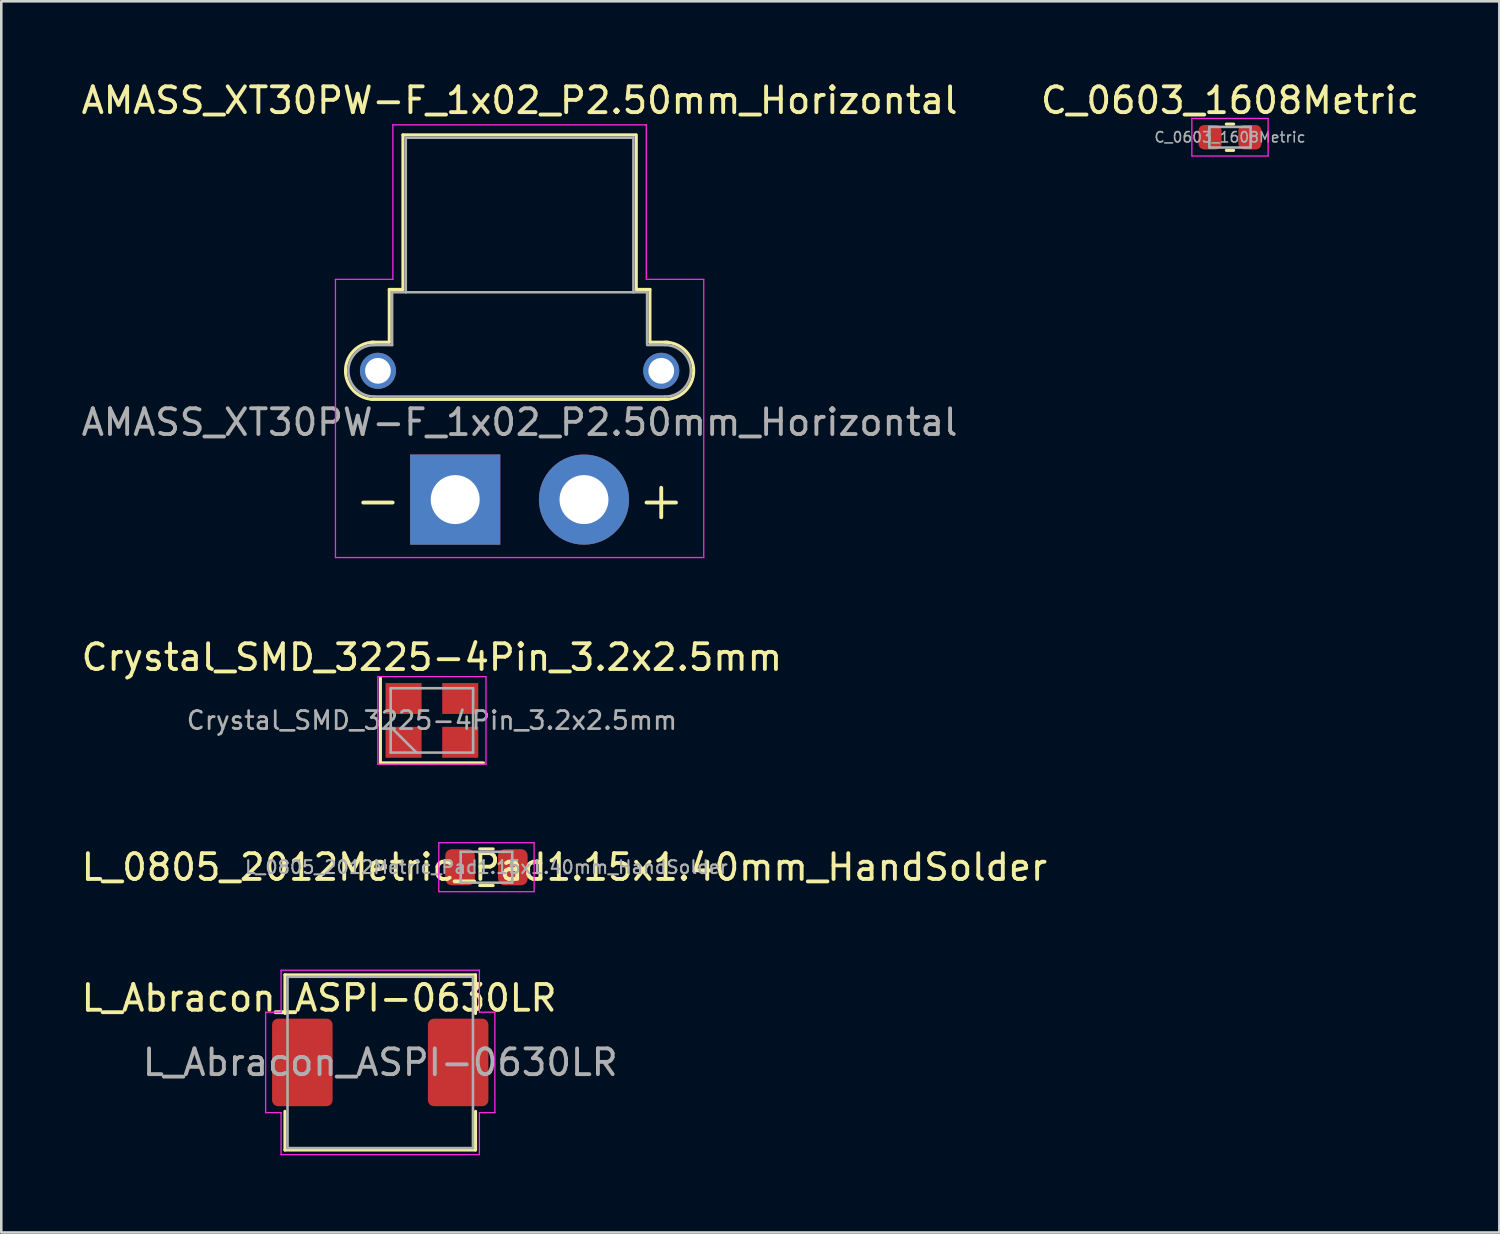
<source format=kicad_pcb>
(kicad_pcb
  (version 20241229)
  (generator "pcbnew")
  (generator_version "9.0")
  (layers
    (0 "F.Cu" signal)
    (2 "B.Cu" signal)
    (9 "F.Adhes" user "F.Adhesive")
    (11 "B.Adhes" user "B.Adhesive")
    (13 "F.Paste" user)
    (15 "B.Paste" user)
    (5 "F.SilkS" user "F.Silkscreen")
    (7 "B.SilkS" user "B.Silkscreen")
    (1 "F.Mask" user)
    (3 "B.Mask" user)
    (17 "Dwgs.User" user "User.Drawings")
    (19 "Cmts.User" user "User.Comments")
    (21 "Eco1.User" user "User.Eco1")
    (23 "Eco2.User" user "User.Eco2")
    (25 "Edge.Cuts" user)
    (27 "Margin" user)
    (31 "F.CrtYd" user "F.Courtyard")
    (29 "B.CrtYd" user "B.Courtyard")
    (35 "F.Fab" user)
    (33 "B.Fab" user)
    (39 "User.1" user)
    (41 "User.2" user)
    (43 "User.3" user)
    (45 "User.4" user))
  (footprint "L_Abracon_ASPI-0630LR"
    (layer "F.Cu")
    (at 11.714 38.202)
    (property "Reference" "L_Abracon_ASPI-0630LR" (at -2.375 -2.5 0) (layer "F.SilkS") (effects (font (size 1 1) (thickness 0.15))))
    (attr smd)
    (fp_line (start -3.7 -3.4) (end -3.7 -1.9) (stroke (width 0.12) (type solid)) (layer "F.SilkS"))
    (fp_line (start -3.7 3.4) (end -3.7 1.9) (stroke (width 0.12) (type solid)) (layer "F.SilkS"))
    (fp_line (start -3.7 3.4) (end 3.7 3.4) (stroke (width 0.12) (type solid)) (layer "F.SilkS"))
    (fp_line (start 3.7 -3.4) (end -3.7 -3.4) (stroke (width 0.12) (type solid)) (layer "F.SilkS"))
    (fp_line (start 3.7 -3.4) (end 3.7 -1.9) (stroke (width 0.12) (type solid)) (layer "F.SilkS"))
    (fp_line (start 3.7 3.4) (end 3.7 1.9) (stroke (width 0.12) (type solid)) (layer "F.SilkS"))
    (fp_line (start -4.45 -1.95) (end -4.45 1.95) (stroke (width 0.05) (type solid)) (layer "F.CrtYd"))
    (fp_line (start -4.45 1.95) (end -3.85 1.95) (stroke (width 0.05) (type solid)) (layer "F.CrtYd"))
    (fp_line (start -3.85 -3.58) (end -3.85 -1.95) (stroke (width 0.05) (type solid)) (layer "F.CrtYd"))
    (fp_line (start -3.85 -1.95) (end -4.45 -1.95) (stroke (width 0.05) (type solid)) (layer "F.CrtYd"))
    (fp_line (start -3.85 1.95) (end -3.85 3.58) (stroke (width 0.05) (type solid)) (layer "F.CrtYd"))
    (fp_line (start -3.85 3.58) (end 3.85 3.58) (stroke (width 0.05) (type solid)) (layer "F.CrtYd"))
    (fp_line (start 3.85 -3.58) (end -3.85 -3.58) (stroke (width 0.05) (type solid)) (layer "F.CrtYd"))
    (fp_line (start 3.85 -1.95) (end 3.85 -3.58) (stroke (width 0.05) (type solid)) (layer "F.CrtYd"))
    (fp_line (start 3.85 1.95) (end 4.45 1.95) (stroke (width 0.05) (type solid)) (layer "F.CrtYd"))
    (fp_line (start 3.85 3.58) (end 3.85 1.95) (stroke (width 0.05) (type solid)) (layer "F.CrtYd"))
    (fp_line (start 4.45 -1.95) (end 3.85 -1.95) (stroke (width 0.05) (type solid)) (layer "F.CrtYd"))
    (fp_line (start 4.45 1.95) (end 4.45 -1.95) (stroke (width 0.05) (type solid)) (layer "F.CrtYd"))
    (fp_line (start -3.6 -3.325) (end 3.6 -3.325) (stroke (width 0.1) (type solid)) (layer "F.Fab"))
    (fp_line (start -3.6 3.325) (end -3.6 -3.325) (stroke (width 0.1) (type solid)) (layer "F.Fab"))
    (fp_line (start 3.6 -3.325) (end 3.6 3.325) (stroke (width 0.1) (type solid)) (layer "F.Fab"))
    (fp_line (start 3.6 3.325) (end -3.6 3.325) (stroke (width 0.1) (type solid)) (layer "F.Fab"))
    (fp_text user "${REFERENCE}" (at 0 0 0) (layer "F.Fab") (effects (font (size 1 1) (thickness 0.15))))
    (pad "1" smd roundrect (at -3.025 0 180) (size 2.35 3.4) (layers "F.Cu" "F.Mask" "F.Paste") (roundrect_rratio 0.1))
    (pad "2" smd roundrect (at 3.025 0 180) (size 2.35 3.4) (layers "F.Cu" "F.Mask" "F.Paste") (roundrect_rratio 0.1)))
  (footprint "C_0603_1608Metric"
    (layer "F.Cu")
    (at 44.708 2.278)
    (property "Reference" "C_0603_1608Metric" (at 0 -1.43 0) (layer "F.SilkS") (effects (font (size 1 1) (thickness 0.15))))
    (attr smd)
    (fp_line (start -0.141 -0.51) (end 0.141 -0.51) (stroke (width 0.12) (type solid)) (layer "F.SilkS"))
    (fp_line (start -0.141 0.51) (end 0.141 0.51) (stroke (width 0.12) (type solid)) (layer "F.SilkS"))
    (fp_line (start -1.48 -0.73) (end 1.48 -0.73) (stroke (width 0.05) (type solid)) (layer "F.CrtYd"))
    (fp_line (start -1.48 0.73) (end -1.48 -0.73) (stroke (width 0.05) (type solid)) (layer "F.CrtYd"))
    (fp_line (start 1.48 -0.73) (end 1.48 0.73) (stroke (width 0.05) (type solid)) (layer "F.CrtYd"))
    (fp_line (start 1.48 0.73) (end -1.48 0.73) (stroke (width 0.05) (type solid)) (layer "F.CrtYd"))
    (fp_line (start -0.8 -0.4) (end 0.8 -0.4) (stroke (width 0.1) (type solid)) (layer "F.Fab"))
    (fp_line (start -0.8 0.4) (end -0.8 -0.4) (stroke (width 0.1) (type solid)) (layer "F.Fab"))
    (fp_line (start 0.8 -0.4) (end 0.8 0.4) (stroke (width 0.1) (type solid)) (layer "F.Fab"))
    (fp_line (start 0.8 0.4) (end -0.8 0.4) (stroke (width 0.1) (type solid)) (layer "F.Fab"))
    (fp_text user "${REFERENCE}" (at 0 0 0) (layer "F.Fab") (effects (font (size 0.4 0.4) (thickness 0.06))))
    (pad "1" smd roundrect (at -0.775 0 180) (size 0.9 0.95) (layers "F.Cu" "F.Mask" "F.Paste") (roundrect_rratio 0.25))
    (pad "2" smd roundrect (at 0.775 0 180) (size 0.9 0.95) (layers "F.Cu" "F.Mask" "F.Paste") (roundrect_rratio 0.25)))
  (footprint "AMASS_XT30PW-F_1x02_P2.50mm_Horizontal"
    (layer "F.Cu")
    (at 14.625 16.348)
    (property "Reference" "AMASS_XT30PW-F_1x02_P2.50mm_Horizontal" (at 2.5 -15.5 0) (layer "F.SilkS") (effects (font (size 1 1) (thickness 0.15))))
    (attr through_hole)
    (fp_line (start -3.26 -6.11) (end -2.56 -6.11) (stroke (width 0.12) (type solid)) (layer "F.SilkS"))
    (fp_line (start -3.26 -3.89) (end 8.26 -3.89) (stroke (width 0.12) (type solid)) (layer "F.SilkS"))
    (fp_line (start -2.56 -8.16) (end -2.56 -6.11) (stroke (width 0.12) (type solid)) (layer "F.SilkS"))
    (fp_line (start -2.56 -8.16) (end -2.03 -8.16) (stroke (width 0.12) (type solid)) (layer "F.SilkS"))
    (fp_line (start -2.03 -14.16) (end -2.03 -8.16) (stroke (width 0.12) (type solid)) (layer "F.SilkS"))
    (fp_line (start -2.03 -14.16) (end 7 -14.16) (stroke (width 0.12) (type solid)) (layer "F.SilkS"))
    (fp_line (start 7.03 -14.16) (end 7.03 -8.16) (stroke (width 0.12) (type solid)) (layer "F.SilkS"))
    (fp_line (start 7.03 -8.16) (end 7.56 -8.16) (stroke (width 0.12) (type solid)) (layer "F.SilkS"))
    (fp_line (start 7.56 -8.16) (end 7.56 -6.11) (stroke (width 0.12) (type solid)) (layer "F.SilkS"))
    (fp_line (start 7.56 -6.11) (end 8.26 -6.11) (stroke (width 0.12) (type solid)) (layer "F.SilkS"))
    (fp_arc (start -3.321729 -3.903365) (mid -4.256653 -5.086124) (end -3.15 -6.11) (stroke (width 0.12) (type solid)) (layer "F.SilkS"))
    (fp_arc (start 8.15 -6.11) (mid 9.26 -5) (end 8.15 -3.89) (stroke (width 0.12) (type solid)) (layer "F.SilkS"))
    (fp_line (start -4.65 -8.55) (end -4.65 2.25) (stroke (width 0.05) (type solid)) (layer "F.CrtYd"))
    (fp_line (start -4.65 -8.55) (end -2.42 -8.55) (stroke (width 0.05) (type solid)) (layer "F.CrtYd"))
    (fp_line (start -4.65 2.25) (end 9.65 2.25) (stroke (width 0.05) (type solid)) (layer "F.CrtYd"))
    (fp_line (start -2.42 -14.55) (end -2.42 -8.55) (stroke (width 0.05) (type solid)) (layer "F.CrtYd"))
    (fp_line (start -2.42 -14.55) (end 7.42 -14.55) (stroke (width 0.05) (type solid)) (layer "F.CrtYd"))
    (fp_line (start 7.42 -14.55) (end 7.42 -8.55) (stroke (width 0.05) (type solid)) (layer "F.CrtYd"))
    (fp_line (start 7.42 -8.55) (end 9.65 -8.55) (stroke (width 0.05) (type solid)) (layer "F.CrtYd"))
    (fp_line (start 9.65 -8.55) (end 9.65 2.25) (stroke (width 0.05) (type solid)) (layer "F.CrtYd"))
    (fp_line (start -3.15 -6) (end -2.45 -6) (stroke (width 0.1) (type solid)) (layer "F.Fab"))
    (fp_line (start -3.15 -4) (end 8.15 -4) (stroke (width 0.1) (type solid)) (layer "F.Fab"))
    (fp_line (start -2.45 -8.05) (end -2.45 -6) (stroke (width 0.1) (type solid)) (layer "F.Fab"))
    (fp_line (start -2.45 -8.05) (end 7.45 -8.05) (stroke (width 0.1) (type solid)) (layer "F.Fab"))
    (fp_line (start -1.92 -14.05) (end -1.92 -8.05) (stroke (width 0.1) (type solid)) (layer "F.Fab"))
    (fp_line (start -1.92 -14.05) (end 6.92 -14.05) (stroke (width 0.1) (type solid)) (layer "F.Fab"))
    (fp_line (start 6.92 -14.05) (end 6.92 -8.05) (stroke (width 0.1) (type solid)) (layer "F.Fab"))
    (fp_line (start 7.45 -8.05) (end 7.45 -6.05) (stroke (width 0.1) (type solid)) (layer "F.Fab"))
    (fp_line (start 7.45 -6) (end 8.15 -6) (stroke (width 0.1) (type solid)) (layer "F.Fab"))
    (fp_arc (start -3.15 -4) (mid -4.15 -5) (end -3.15 -6) (stroke (width 0.1) (type solid)) (layer "F.Fab"))
    (fp_arc (start 8.15 -6) (mid 9.15 -5) (end 8.15 -4) (stroke (width 0.1) (type solid)) (layer "F.Fab"))
    (fp_text user "+" (at 8 0 0) (layer "F.SilkS") (effects (font (size 1.5 1.5) (thickness 0.15))))
    (fp_text user "-" (at -3 0 0) (layer "F.SilkS") (effects (font (size 1.5 1.5) (thickness 0.15))))
    (fp_text user "${REFERENCE}" (at 2.5 -3 0) (layer "F.Fab") (effects (font (size 1 1) (thickness 0.15))))
    (pad "" thru_hole circle (at -3 -5 90) (size 1.4 1.4) (drill 1) (layers "*.Cu" "*.Mask"))
    (pad "" thru_hole circle (at 8 -5) (size 1.4 1.4) (drill 1) (layers "*.Cu" "*.Mask"))
    (pad "1" thru_hole rect (at 0 0) (size 3.5 3.5) (drill 1.9) (layers "*.Cu" "*.Mask"))
    (pad "2" thru_hole circle (at 5 0) (size 3.5 3.5) (drill 1.9) (layers "*.Cu" "*.Mask")))
  (footprint "Crystal_SMD_3225-4Pin_3.2x2.5mm"
    (layer "F.Cu")
    (at 13.72 24.922)
    (property "Reference" "Crystal_SMD_3225-4Pin_3.2x2.5mm" (at 0 -2.45 0) (layer "F.SilkS") (effects (font (size 1 1) (thickness 0.15))))
    (attr smd)
    (fp_line (start -2 -1.65) (end -2 1.65) (stroke (width 0.12) (type solid)) (layer "F.SilkS"))
    (fp_line (start -2 1.65) (end 2 1.65) (stroke (width 0.12) (type solid)) (layer "F.SilkS"))
    (fp_line (start -2.1 -1.7) (end -2.1 1.7) (stroke (width 0.05) (type solid)) (layer "F.CrtYd"))
    (fp_line (start -2.1 1.7) (end 2.1 1.7) (stroke (width 0.05) (type solid)) (layer "F.CrtYd"))
    (fp_line (start 2.1 -1.7) (end -2.1 -1.7) (stroke (width 0.05) (type solid)) (layer "F.CrtYd"))
    (fp_line (start 2.1 1.7) (end 2.1 -1.7) (stroke (width 0.05) (type solid)) (layer "F.CrtYd"))
    (fp_line (start -1.6 -1.25) (end -1.6 1.25) (stroke (width 0.1) (type solid)) (layer "F.Fab"))
    (fp_line (start -1.6 0.25) (end -0.6 1.25) (stroke (width 0.1) (type solid)) (layer "F.Fab"))
    (fp_line (start -1.6 1.25) (end 1.6 1.25) (stroke (width 0.1) (type solid)) (layer "F.Fab"))
    (fp_line (start 1.6 -1.25) (end -1.6 -1.25) (stroke (width 0.1) (type solid)) (layer "F.Fab"))
    (fp_line (start 1.6 1.25) (end 1.6 -1.25) (stroke (width 0.1) (type solid)) (layer "F.Fab"))
    (fp_text user "${REFERENCE}" (at 0 0 0) (layer "F.Fab") (effects (font (size 0.7 0.7) (thickness 0.105))))
    (pad "1" smd rect (at -1.1 0.85 180) (size 1.4 1.2) (layers "F.Cu" "F.Mask" "F.Paste"))
    (pad "2" smd rect (at 1.1 0.85 180) (size 1.4 1.2) (layers "F.Cu" "F.Mask" "F.Paste"))
    (pad "3" smd rect (at 1.1 -0.85 180) (size 1.4 1.2) (layers "F.Cu" "F.Mask" "F.Paste"))
    (pad "4" smd rect (at -1.1 -0.85 180) (size 1.4 1.2) (layers "F.Cu" "F.Mask" "F.Paste")))
  (footprint "L_0805_2012Metric_Pad1.15x1.40mm_HandSolder"
    (layer "F.Cu")
    (at 15.838 30.622)
    (property "Reference" "L_0805_2012Metric_Pad1.15x1.40mm_HandSolder" (at 3.025 0 180) (layer "F.SilkS") (effects (font (size 1 1) (thickness 0.15))))
    (attr smd)
    (fp_line (start -0.261 -0.71) (end 0.261 -0.71) (stroke (width 0.12) (type solid)) (layer "F.SilkS"))
    (fp_line (start -0.261 0.71) (end 0.261 0.71) (stroke (width 0.12) (type solid)) (layer "F.SilkS"))
    (fp_line (start -1.85 -0.95) (end 1.85 -0.95) (stroke (width 0.05) (type solid)) (layer "F.CrtYd"))
    (fp_line (start -1.85 0.95) (end -1.85 -0.95) (stroke (width 0.05) (type solid)) (layer "F.CrtYd"))
    (fp_line (start 1.85 -0.95) (end 1.85 0.95) (stroke (width 0.05) (type solid)) (layer "F.CrtYd"))
    (fp_line (start 1.85 0.95) (end -1.85 0.95) (stroke (width 0.05) (type solid)) (layer "F.CrtYd"))
    (fp_line (start -1 -0.6) (end 1 -0.6) (stroke (width 0.1) (type solid)) (layer "F.Fab"))
    (fp_line (start -1 0.6) (end -1 -0.6) (stroke (width 0.1) (type solid)) (layer "F.Fab"))
    (fp_line (start 1 -0.6) (end 1 0.6) (stroke (width 0.1) (type solid)) (layer "F.Fab"))
    (fp_line (start 1 0.6) (end -1 0.6) (stroke (width 0.1) (type solid)) (layer "F.Fab"))
    (fp_text user "${REFERENCE}" (at 0 0 180) (layer "F.Fab") (effects (font (size 0.5 0.5) (thickness 0.08))))
    (pad "1" smd roundrect (at -1.025 0) (size 1.15 1.4) (layers "F.Cu" "F.Mask" "F.Paste") (roundrect_rratio 0.217))
    (pad "2" smd roundrect (at 1.025 0) (size 1.15 1.4) (layers "F.Cu" "F.Mask" "F.Paste") (roundrect_rratio 0.217)))
  (gr_rect
    (start -3 -3)
    (end 55.167 44.806)
    (stroke (width 0.1) (type default))
    (fill no)
    (layer "Edge.Cuts")))
</source>
